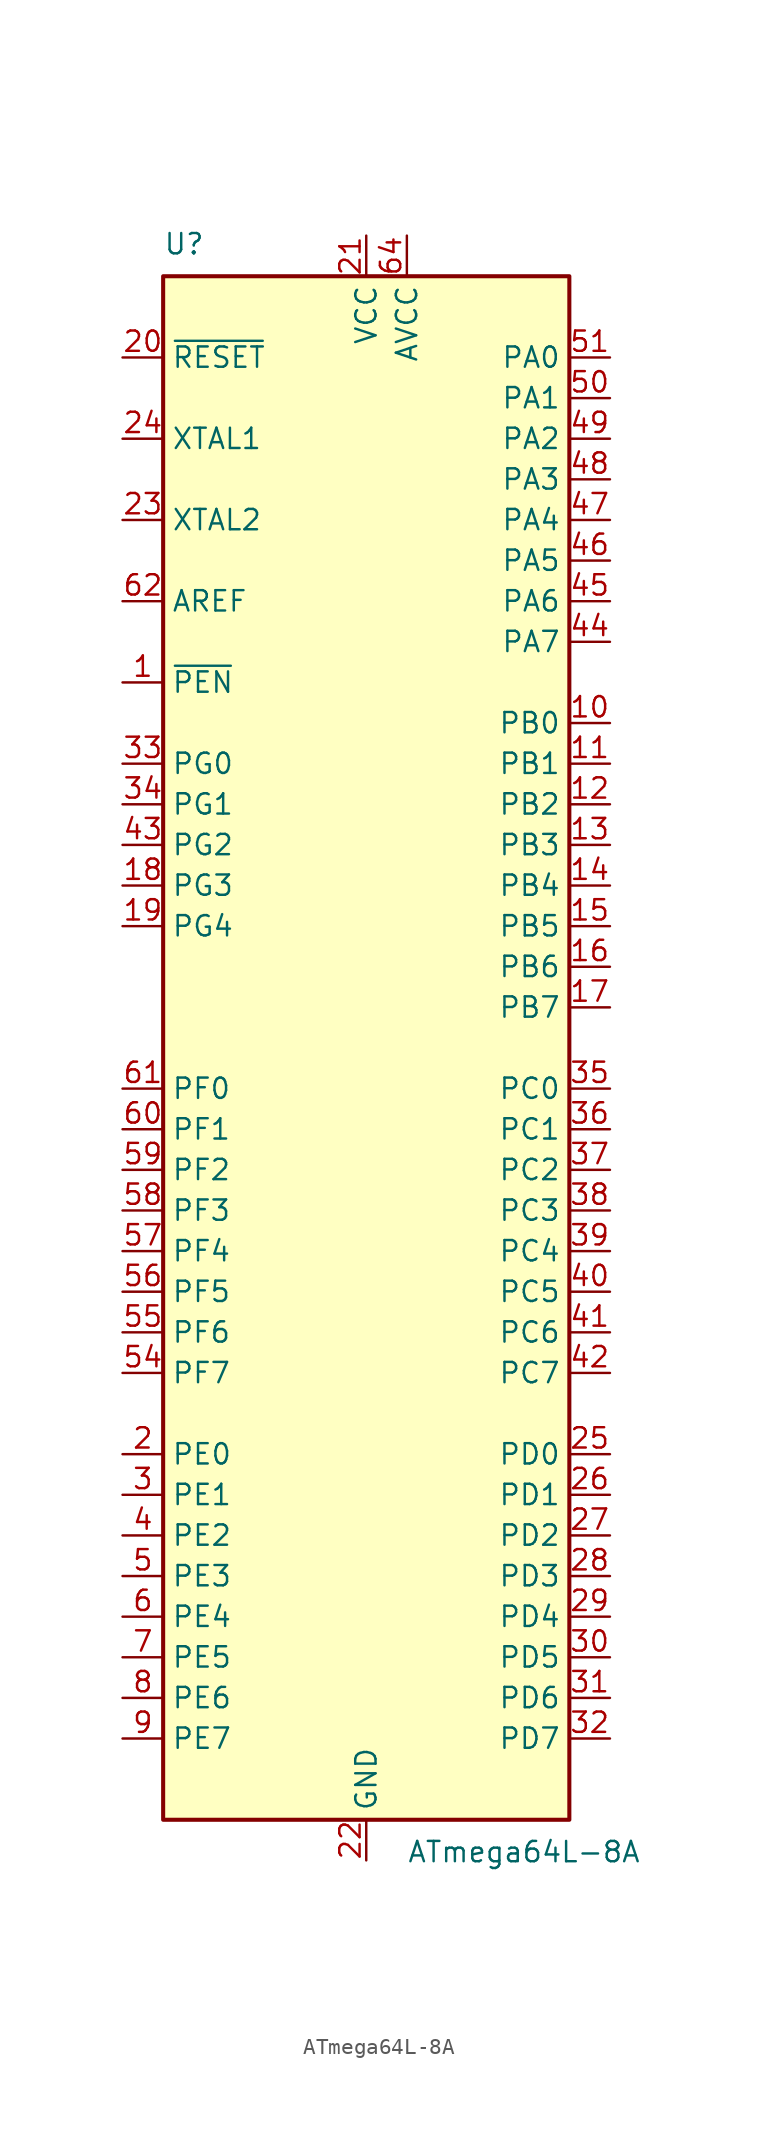
<source format=kicad_sym>
(kicad_symbol_lib
  (version 20220914)
  (generator kicad_symbol_editor)
  (symbol "ATmega64L-8A"
    (property "Reference" "U"
      (at -12.7 49.53 0)
      (effects (font (size 1.27 1.27)) (justify left bottom)))
    (property "Value" "ATmega64L-8A"
      (at 2.54 -49.53 0)
      (effects (font (size 1.27 1.27)) (justify left top)))
    (symbol "ATmega64L-8A_0_1"
      (rectangle (start -12.7 -48.26) (end 12.7 48.26) (stroke (width 0.254) (type default)) (fill (type background))))
    (symbol "ATmega64L-8A_1_1"
      (pin input line (at -15.24 22.86 0) (length 2.54) (name "~{PEN}" (effects (font (size 1.27 1.27)))) (number "1" (effects (font (size 1.27 1.27)))))
      (pin bidirectional line (at 15.24 20.32 180) (length 2.54) (name "PB0" (effects (font (size 1.27 1.27)))) (number "10" (effects (font (size 1.27 1.27)))))
      (pin bidirectional line (at 15.24 17.78 180) (length 2.54) (name "PB1" (effects (font (size 1.27 1.27)))) (number "11" (effects (font (size 1.27 1.27)))))
      (pin bidirectional line (at 15.24 15.24 180) (length 2.54) (name "PB2" (effects (font (size 1.27 1.27)))) (number "12" (effects (font (size 1.27 1.27)))))
      (pin bidirectional line (at 15.24 12.7 180) (length 2.54) (name "PB3" (effects (font (size 1.27 1.27)))) (number "13" (effects (font (size 1.27 1.27)))))
      (pin bidirectional line (at 15.24 10.16 180) (length 2.54) (name "PB4" (effects (font (size 1.27 1.27)))) (number "14" (effects (font (size 1.27 1.27)))))
      (pin bidirectional line (at 15.24 7.62 180) (length 2.54) (name "PB5" (effects (font (size 1.27 1.27)))) (number "15" (effects (font (size 1.27 1.27)))))
      (pin bidirectional line (at 15.24 5.08 180) (length 2.54) (name "PB6" (effects (font (size 1.27 1.27)))) (number "16" (effects (font (size 1.27 1.27)))))
      (pin bidirectional line (at 15.24 2.54 180) (length 2.54) (name "PB7" (effects (font (size 1.27 1.27)))) (number "17" (effects (font (size 1.27 1.27)))))
      (pin bidirectional line (at -15.24 10.16 0) (length 2.54) (name "PG3" (effects (font (size 1.27 1.27)))) (number "18" (effects (font (size 1.27 1.27)))))
      (pin bidirectional line (at -15.24 7.62 0) (length 2.54) (name "PG4" (effects (font (size 1.27 1.27)))) (number "19" (effects (font (size 1.27 1.27)))))
      (pin bidirectional line (at -15.24 -25.4 0) (length 2.54) (name "PE0" (effects (font (size 1.27 1.27)))) (number "2" (effects (font (size 1.27 1.27)))))
      (pin input line (at -15.24 43.18 0) (length 2.54) (name "~{RESET}" (effects (font (size 1.27 1.27)))) (number "20" (effects (font (size 1.27 1.27)))))
      (pin power_in line (at 0 50.8 270) (length 2.54) (name "VCC" (effects (font (size 1.27 1.27)))) (number "21" (effects (font (size 1.27 1.27)))))
      (pin power_in line (at 0 -50.8 90) (length 2.54) (name "GND" (effects (font (size 1.27 1.27)))) (number "22" (effects (font (size 1.27 1.27)))))
      (pin output line (at -15.24 33.02 0) (length 2.54) (name "XTAL2" (effects (font (size 1.27 1.27)))) (number "23" (effects (font (size 1.27 1.27)))))
      (pin input line (at -15.24 38.1 0) (length 2.54) (name "XTAL1" (effects (font (size 1.27 1.27)))) (number "24" (effects (font (size 1.27 1.27)))))
      (pin bidirectional line (at 15.24 -25.4 180) (length 2.54) (name "PD0" (effects (font (size 1.27 1.27)))) (number "25" (effects (font (size 1.27 1.27)))))
      (pin bidirectional line (at 15.24 -27.94 180) (length 2.54) (name "PD1" (effects (font (size 1.27 1.27)))) (number "26" (effects (font (size 1.27 1.27)))))
      (pin bidirectional line (at 15.24 -30.48 180) (length 2.54) (name "PD2" (effects (font (size 1.27 1.27)))) (number "27" (effects (font (size 1.27 1.27)))))
      (pin bidirectional line (at 15.24 -33.02 180) (length 2.54) (name "PD3" (effects (font (size 1.27 1.27)))) (number "28" (effects (font (size 1.27 1.27)))))
      (pin bidirectional line (at 15.24 -35.56 180) (length 2.54) (name "PD4" (effects (font (size 1.27 1.27)))) (number "29" (effects (font (size 1.27 1.27)))))
      (pin bidirectional line (at -15.24 -27.94 0) (length 2.54) (name "PE1" (effects (font (size 1.27 1.27)))) (number "3" (effects (font (size 1.27 1.27)))))
      (pin bidirectional line (at 15.24 -38.1 180) (length 2.54) (name "PD5" (effects (font (size 1.27 1.27)))) (number "30" (effects (font (size 1.27 1.27)))))
      (pin bidirectional line (at 15.24 -40.64 180) (length 2.54) (name "PD6" (effects (font (size 1.27 1.27)))) (number "31" (effects (font (size 1.27 1.27)))))
      (pin bidirectional line (at 15.24 -43.18 180) (length 2.54) (name "PD7" (effects (font (size 1.27 1.27)))) (number "32" (effects (font (size 1.27 1.27)))))
      (pin bidirectional line (at -15.24 17.78 0) (length 2.54) (name "PG0" (effects (font (size 1.27 1.27)))) (number "33" (effects (font (size 1.27 1.27)))))
      (pin bidirectional line (at -15.24 15.24 0) (length 2.54) (name "PG1" (effects (font (size 1.27 1.27)))) (number "34" (effects (font (size 1.27 1.27)))))
      (pin bidirectional line (at 15.24 -2.54 180) (length 2.54) (name "PC0" (effects (font (size 1.27 1.27)))) (number "35" (effects (font (size 1.27 1.27)))))
      (pin bidirectional line (at 15.24 -5.08 180) (length 2.54) (name "PC1" (effects (font (size 1.27 1.27)))) (number "36" (effects (font (size 1.27 1.27)))))
      (pin bidirectional line (at 15.24 -7.62 180) (length 2.54) (name "PC2" (effects (font (size 1.27 1.27)))) (number "37" (effects (font (size 1.27 1.27)))))
      (pin bidirectional line (at 15.24 -10.16 180) (length 2.54) (name "PC3" (effects (font (size 1.27 1.27)))) (number "38" (effects (font (size 1.27 1.27)))))
      (pin bidirectional line (at 15.24 -12.7 180) (length 2.54) (name "PC4" (effects (font (size 1.27 1.27)))) (number "39" (effects (font (size 1.27 1.27)))))
      (pin bidirectional line (at -15.24 -30.48 0) (length 2.54) (name "PE2" (effects (font (size 1.27 1.27)))) (number "4" (effects (font (size 1.27 1.27)))))
      (pin bidirectional line (at 15.24 -15.24 180) (length 2.54) (name "PC5" (effects (font (size 1.27 1.27)))) (number "40" (effects (font (size 1.27 1.27)))))
      (pin bidirectional line (at 15.24 -17.78 180) (length 2.54) (name "PC6" (effects (font (size 1.27 1.27)))) (number "41" (effects (font (size 1.27 1.27)))))
      (pin bidirectional line (at 15.24 -20.32 180) (length 2.54) (name "PC7" (effects (font (size 1.27 1.27)))) (number "42" (effects (font (size 1.27 1.27)))))
      (pin bidirectional line (at -15.24 12.7 0) (length 2.54) (name "PG2" (effects (font (size 1.27 1.27)))) (number "43" (effects (font (size 1.27 1.27)))))
      (pin bidirectional line (at 15.24 25.4 180) (length 2.54) (name "PA7" (effects (font (size 1.27 1.27)))) (number "44" (effects (font (size 1.27 1.27)))))
      (pin bidirectional line (at 15.24 27.94 180) (length 2.54) (name "PA6" (effects (font (size 1.27 1.27)))) (number "45" (effects (font (size 1.27 1.27)))))
      (pin bidirectional line (at 15.24 30.48 180) (length 2.54) (name "PA5" (effects (font (size 1.27 1.27)))) (number "46" (effects (font (size 1.27 1.27)))))
      (pin bidirectional line (at 15.24 33.02 180) (length 2.54) (name "PA4" (effects (font (size 1.27 1.27)))) (number "47" (effects (font (size 1.27 1.27)))))
      (pin bidirectional line (at 15.24 35.56 180) (length 2.54) (name "PA3" (effects (font (size 1.27 1.27)))) (number "48" (effects (font (size 1.27 1.27)))))
      (pin bidirectional line (at 15.24 38.1 180) (length 2.54) (name "PA2" (effects (font (size 1.27 1.27)))) (number "49" (effects (font (size 1.27 1.27)))))
      (pin bidirectional line (at -15.24 -33.02 0) (length 2.54) (name "PE3" (effects (font (size 1.27 1.27)))) (number "5" (effects (font (size 1.27 1.27)))))
      (pin bidirectional line (at 15.24 40.64 180) (length 2.54) (name "PA1" (effects (font (size 1.27 1.27)))) (number "50" (effects (font (size 1.27 1.27)))))
      (pin bidirectional line (at 15.24 43.18 180) (length 2.54) (name "PA0" (effects (font (size 1.27 1.27)))) (number "51" (effects (font (size 1.27 1.27)))))
      (pin passive line (at 0 50.8 270) (length 2.54) hide (name "VCC" (effects (font (size 1.27 1.27)))) (number "52" (effects (font (size 1.27 1.27)))))
      (pin passive line (at 0 -50.8 90) (length 2.54) hide (name "GND" (effects (font (size 1.27 1.27)))) (number "53" (effects (font (size 1.27 1.27)))))
      (pin bidirectional line (at -15.24 -20.32 0) (length 2.54) (name "PF7" (effects (font (size 1.27 1.27)))) (number "54" (effects (font (size 1.27 1.27)))))
      (pin bidirectional line (at -15.24 -17.78 0) (length 2.54) (name "PF6" (effects (font (size 1.27 1.27)))) (number "55" (effects (font (size 1.27 1.27)))))
      (pin bidirectional line (at -15.24 -15.24 0) (length 2.54) (name "PF5" (effects (font (size 1.27 1.27)))) (number "56" (effects (font (size 1.27 1.27)))))
      (pin bidirectional line (at -15.24 -12.7 0) (length 2.54) (name "PF4" (effects (font (size 1.27 1.27)))) (number "57" (effects (font (size 1.27 1.27)))))
      (pin bidirectional line (at -15.24 -10.16 0) (length 2.54) (name "PF3" (effects (font (size 1.27 1.27)))) (number "58" (effects (font (size 1.27 1.27)))))
      (pin bidirectional line (at -15.24 -7.62 0) (length 2.54) (name "PF2" (effects (font (size 1.27 1.27)))) (number "59" (effects (font (size 1.27 1.27)))))
      (pin bidirectional line (at -15.24 -35.56 0) (length 2.54) (name "PE4" (effects (font (size 1.27 1.27)))) (number "6" (effects (font (size 1.27 1.27)))))
      (pin bidirectional line (at -15.24 -5.08 0) (length 2.54) (name "PF1" (effects (font (size 1.27 1.27)))) (number "60" (effects (font (size 1.27 1.27)))))
      (pin bidirectional line (at -15.24 -2.54 0) (length 2.54) (name "PF0" (effects (font (size 1.27 1.27)))) (number "61" (effects (font (size 1.27 1.27)))))
      (pin passive line (at -15.24 27.94 0) (length 2.54) (name "AREF" (effects (font (size 1.27 1.27)))) (number "62" (effects (font (size 1.27 1.27)))))
      (pin passive line (at 0 -50.8 90) (length 2.54) hide (name "GND" (effects (font (size 1.27 1.27)))) (number "63" (effects (font (size 1.27 1.27)))))
      (pin power_in line (at 2.54 50.8 270) (length 2.54) (name "AVCC" (effects (font (size 1.27 1.27)))) (number "64" (effects (font (size 1.27 1.27)))))
      (pin bidirectional line (at -15.24 -38.1 0) (length 2.54) (name "PE5" (effects (font (size 1.27 1.27)))) (number "7" (effects (font (size 1.27 1.27)))))
      (pin bidirectional line (at -15.24 -40.64 0) (length 2.54) (name "PE6" (effects (font (size 1.27 1.27)))) (number "8" (effects (font (size 1.27 1.27)))))
      (pin bidirectional line (at -15.24 -43.18 0) (length 2.54) (name "PE7" (effects (font (size 1.27 1.27)))) (number "9" (effects (font (size 1.27 1.27))))))))
</source>
